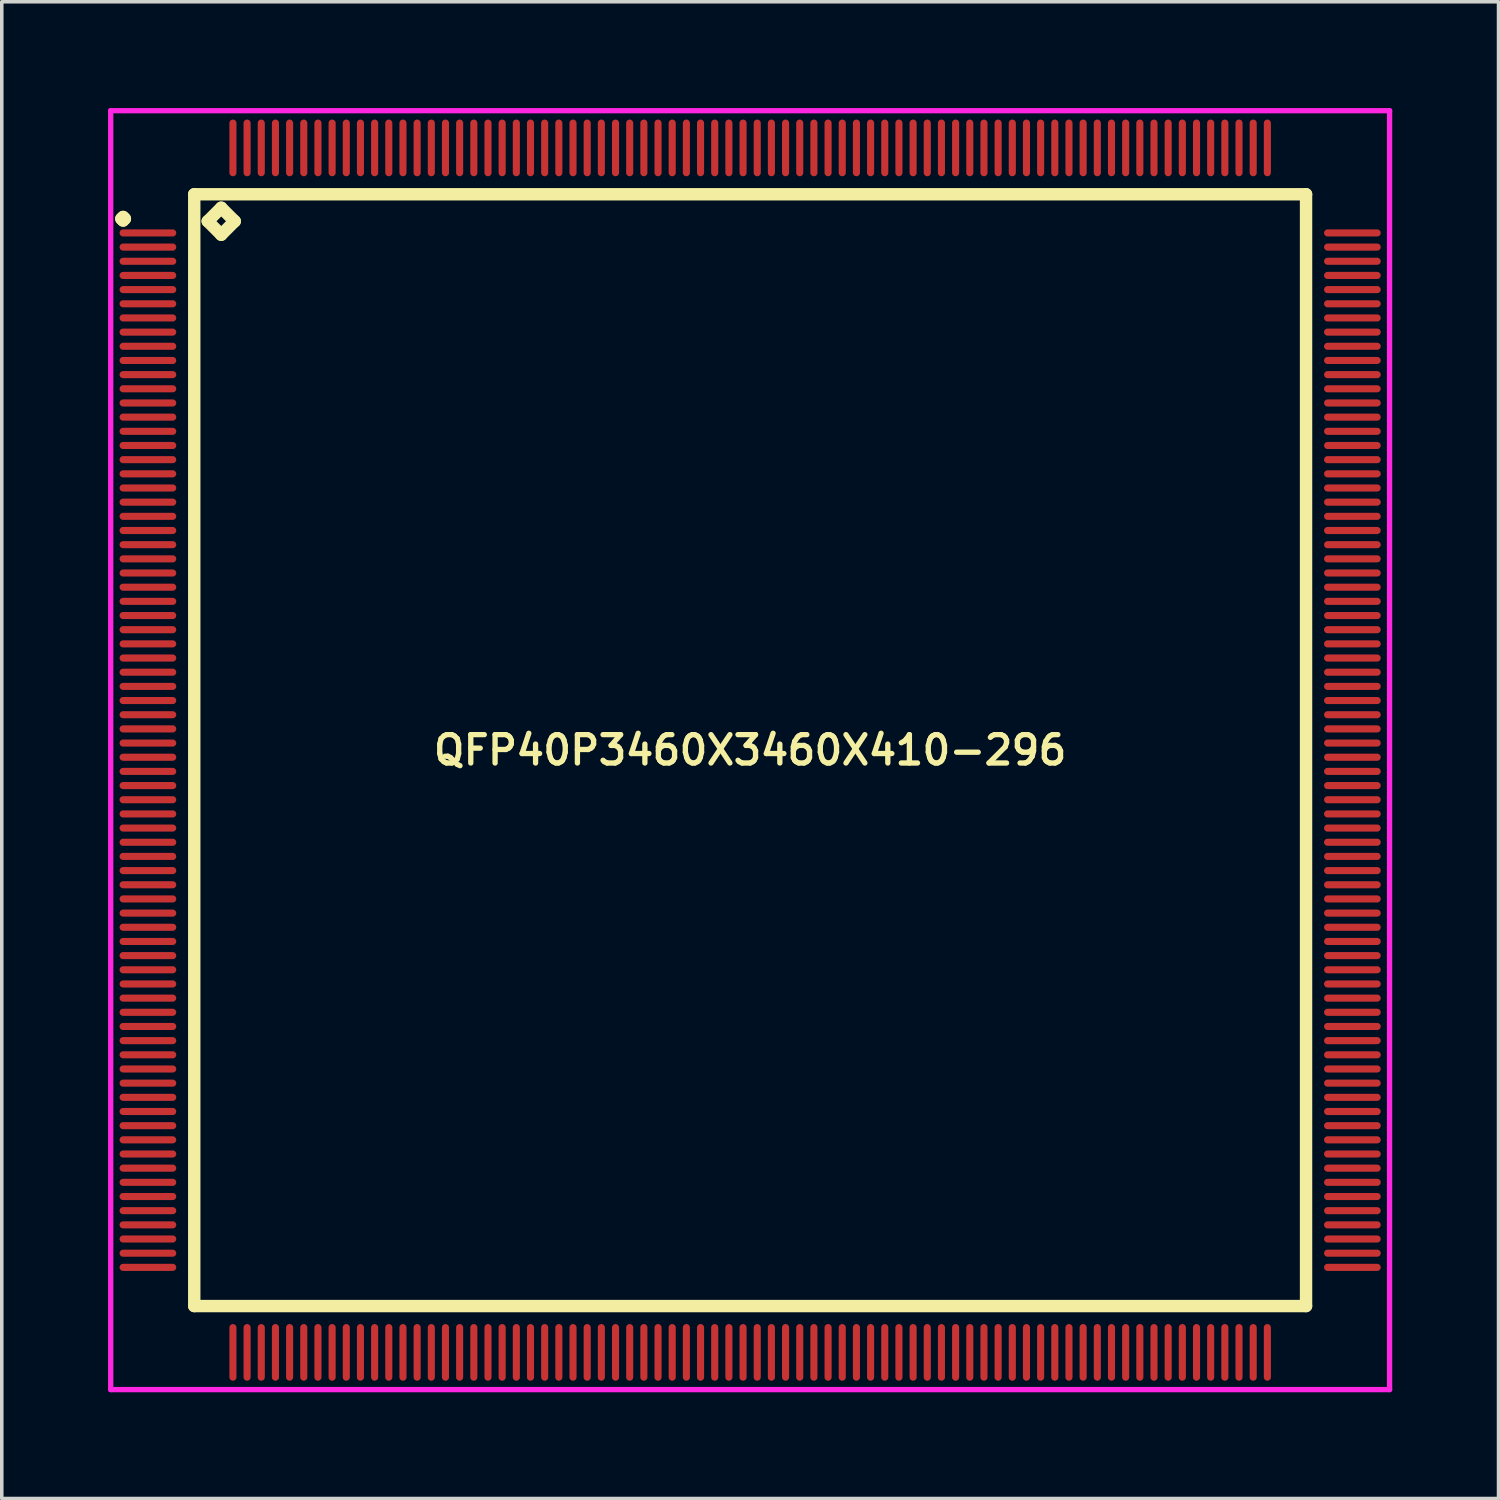
<source format=kicad_pcb>
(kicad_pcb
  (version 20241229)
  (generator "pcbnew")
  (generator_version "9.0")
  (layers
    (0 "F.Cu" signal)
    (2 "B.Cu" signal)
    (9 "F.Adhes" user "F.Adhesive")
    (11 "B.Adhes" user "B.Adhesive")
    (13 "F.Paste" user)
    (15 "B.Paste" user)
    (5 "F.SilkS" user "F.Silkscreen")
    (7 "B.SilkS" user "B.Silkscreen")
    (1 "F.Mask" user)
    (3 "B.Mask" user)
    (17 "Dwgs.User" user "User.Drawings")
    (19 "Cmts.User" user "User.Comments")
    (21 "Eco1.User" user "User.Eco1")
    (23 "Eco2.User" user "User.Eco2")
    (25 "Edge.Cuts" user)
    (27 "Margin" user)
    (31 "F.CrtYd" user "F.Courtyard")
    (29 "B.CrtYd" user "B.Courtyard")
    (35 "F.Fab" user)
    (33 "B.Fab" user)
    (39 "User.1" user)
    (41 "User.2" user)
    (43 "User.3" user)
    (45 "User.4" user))
  (footprint "QFP40P3460X3460X410-296"
    (layer "F.Cu")
    (at 18.125 18.125)
    (property "Reference" "QFP40P3460X3460X410-296" (at 0 0 0) (layer "F.SilkS") (effects (font (size 0.8 0.8) (thickness 0.15))))
    (attr smd)
    (fp_line (start -17.75 -15) (end -17.7 -15.05) (stroke (width 0.35) (type solid)) (layer "F.SilkS"))
    (fp_line (start -17.7 -15.05) (end -17.65 -15) (stroke (width 0.35) (type solid)) (layer "F.SilkS"))
    (fp_line (start -17.7 -14.95) (end -17.75 -15) (stroke (width 0.35) (type solid)) (layer "F.SilkS"))
    (fp_line (start -17.65 -15) (end -17.7 -14.95) (stroke (width 0.35) (type solid)) (layer "F.SilkS"))
    (fp_line (start -15.692 -15.692) (end -15.692 15.692) (stroke (width 0.35) (type solid)) (layer "F.SilkS"))
    (fp_line (start -15.692 15.692) (end 15.692 15.692) (stroke (width 0.35) (type solid)) (layer "F.SilkS"))
    (fp_line (start -15.311 -14.93) (end -14.93 -15.311) (stroke (width 0.35) (type solid)) (layer "F.SilkS"))
    (fp_line (start -14.93 -15.311) (end -14.549 -14.93) (stroke (width 0.35) (type solid)) (layer "F.SilkS"))
    (fp_line (start -14.93 -14.549) (end -15.311 -14.93) (stroke (width 0.35) (type solid)) (layer "F.SilkS"))
    (fp_line (start -14.549 -14.93) (end -14.93 -14.549) (stroke (width 0.35) (type solid)) (layer "F.SilkS"))
    (fp_line (start 15.692 -15.692) (end -15.692 -15.692) (stroke (width 0.35) (type solid)) (layer "F.SilkS"))
    (fp_line (start 15.692 15.692) (end 15.692 -15.692) (stroke (width 0.35) (type solid)) (layer "F.SilkS"))
    (fp_line (start -18.05 -18.05) (end 18.05 -18.05) (stroke (width 0.15) (type solid)) (layer "F.CrtYd"))
    (fp_line (start -18.05 18.05) (end -18.05 -18.05) (stroke (width 0.15) (type solid)) (layer "F.CrtYd"))
    (fp_line (start 18.05 -18.05) (end 18.05 18.05) (stroke (width 0.15) (type solid)) (layer "F.CrtYd"))
    (fp_line (start 18.05 18.05) (end -18.05 18.05) (stroke (width 0.15) (type solid)) (layer "F.CrtYd"))
    (pad "1" smd oval (at -17 -14.6) (size 1.6 0.2) (layers "F.Cu" "F.Mask" "F.Paste"))
    (pad "2" smd oval (at -17 -14.2) (size 1.6 0.2) (layers "F.Cu" "F.Mask" "F.Paste"))
    (pad "3" smd oval (at -17 -13.8) (size 1.6 0.2) (layers "F.Cu" "F.Mask" "F.Paste"))
    (pad "4" smd oval (at -17 -13.4) (size 1.6 0.2) (layers "F.Cu" "F.Mask" "F.Paste"))
    (pad "5" smd oval (at -17 -13) (size 1.6 0.2) (layers "F.Cu" "F.Mask" "F.Paste"))
    (pad "6" smd oval (at -17 -12.6) (size 1.6 0.2) (layers "F.Cu" "F.Mask" "F.Paste"))
    (pad "7" smd oval (at -17 -12.2) (size 1.6 0.2) (layers "F.Cu" "F.Mask" "F.Paste"))
    (pad "8" smd oval (at -17 -11.8) (size 1.6 0.2) (layers "F.Cu" "F.Mask" "F.Paste"))
    (pad "9" smd oval (at -17 -11.4) (size 1.6 0.2) (layers "F.Cu" "F.Mask" "F.Paste"))
    (pad "10" smd oval (at -17 -11) (size 1.6 0.2) (layers "F.Cu" "F.Mask" "F.Paste"))
    (pad "11" smd oval (at -17 -10.6) (size 1.6 0.2) (layers "F.Cu" "F.Mask" "F.Paste"))
    (pad "12" smd oval (at -17 -10.2) (size 1.6 0.2) (layers "F.Cu" "F.Mask" "F.Paste"))
    (pad "13" smd oval (at -17 -9.8) (size 1.6 0.2) (layers "F.Cu" "F.Mask" "F.Paste"))
    (pad "14" smd oval (at -17 -9.4) (size 1.6 0.2) (layers "F.Cu" "F.Mask" "F.Paste"))
    (pad "15" smd oval (at -17 -9) (size 1.6 0.2) (layers "F.Cu" "F.Mask" "F.Paste"))
    (pad "16" smd oval (at -17 -8.6) (size 1.6 0.2) (layers "F.Cu" "F.Mask" "F.Paste"))
    (pad "17" smd oval (at -17 -8.2) (size 1.6 0.2) (layers "F.Cu" "F.Mask" "F.Paste"))
    (pad "18" smd oval (at -17 -7.8) (size 1.6 0.2) (layers "F.Cu" "F.Mask" "F.Paste"))
    (pad "19" smd oval (at -17 -7.4) (size 1.6 0.2) (layers "F.Cu" "F.Mask" "F.Paste"))
    (pad "20" smd oval (at -17 -7) (size 1.6 0.2) (layers "F.Cu" "F.Mask" "F.Paste"))
    (pad "21" smd oval (at -17 -6.6) (size 1.6 0.2) (layers "F.Cu" "F.Mask" "F.Paste"))
    (pad "22" smd oval (at -17 -6.2) (size 1.6 0.2) (layers "F.Cu" "F.Mask" "F.Paste"))
    (pad "23" smd oval (at -17 -5.8) (size 1.6 0.2) (layers "F.Cu" "F.Mask" "F.Paste"))
    (pad "24" smd oval (at -17 -5.4) (size 1.6 0.2) (layers "F.Cu" "F.Mask" "F.Paste"))
    (pad "25" smd oval (at -17 -5) (size 1.6 0.2) (layers "F.Cu" "F.Mask" "F.Paste"))
    (pad "26" smd oval (at -17 -4.6) (size 1.6 0.2) (layers "F.Cu" "F.Mask" "F.Paste"))
    (pad "27" smd oval (at -17 -4.2) (size 1.6 0.2) (layers "F.Cu" "F.Mask" "F.Paste"))
    (pad "28" smd oval (at -17 -3.8) (size 1.6 0.2) (layers "F.Cu" "F.Mask" "F.Paste"))
    (pad "29" smd oval (at -17 -3.4) (size 1.6 0.2) (layers "F.Cu" "F.Mask" "F.Paste"))
    (pad "30" smd oval (at -17 -3) (size 1.6 0.2) (layers "F.Cu" "F.Mask" "F.Paste"))
    (pad "31" smd oval (at -17 -2.6) (size 1.6 0.2) (layers "F.Cu" "F.Mask" "F.Paste"))
    (pad "32" smd oval (at -17 -2.2) (size 1.6 0.2) (layers "F.Cu" "F.Mask" "F.Paste"))
    (pad "33" smd oval (at -17 -1.8) (size 1.6 0.2) (layers "F.Cu" "F.Mask" "F.Paste"))
    (pad "34" smd oval (at -17 -1.4) (size 1.6 0.2) (layers "F.Cu" "F.Mask" "F.Paste"))
    (pad "35" smd oval (at -17 -1) (size 1.6 0.2) (layers "F.Cu" "F.Mask" "F.Paste"))
    (pad "36" smd oval (at -17 -0.6) (size 1.6 0.2) (layers "F.Cu" "F.Mask" "F.Paste"))
    (pad "37" smd oval (at -17 -0.2) (size 1.6 0.2) (layers "F.Cu" "F.Mask" "F.Paste"))
    (pad "38" smd oval (at -17 0.2) (size 1.6 0.2) (layers "F.Cu" "F.Mask" "F.Paste"))
    (pad "39" smd oval (at -17 0.6) (size 1.6 0.2) (layers "F.Cu" "F.Mask" "F.Paste"))
    (pad "40" smd oval (at -17 1) (size 1.6 0.2) (layers "F.Cu" "F.Mask" "F.Paste"))
    (pad "41" smd oval (at -17 1.4) (size 1.6 0.2) (layers "F.Cu" "F.Mask" "F.Paste"))
    (pad "42" smd oval (at -17 1.8) (size 1.6 0.2) (layers "F.Cu" "F.Mask" "F.Paste"))
    (pad "43" smd oval (at -17 2.2) (size 1.6 0.2) (layers "F.Cu" "F.Mask" "F.Paste"))
    (pad "44" smd oval (at -17 2.6) (size 1.6 0.2) (layers "F.Cu" "F.Mask" "F.Paste"))
    (pad "45" smd oval (at -17 3) (size 1.6 0.2) (layers "F.Cu" "F.Mask" "F.Paste"))
    (pad "46" smd oval (at -17 3.4) (size 1.6 0.2) (layers "F.Cu" "F.Mask" "F.Paste"))
    (pad "47" smd oval (at -17 3.8) (size 1.6 0.2) (layers "F.Cu" "F.Mask" "F.Paste"))
    (pad "48" smd oval (at -17 4.2) (size 1.6 0.2) (layers "F.Cu" "F.Mask" "F.Paste"))
    (pad "49" smd oval (at -17 4.6) (size 1.6 0.2) (layers "F.Cu" "F.Mask" "F.Paste"))
    (pad "50" smd oval (at -17 5) (size 1.6 0.2) (layers "F.Cu" "F.Mask" "F.Paste"))
    (pad "51" smd oval (at -17 5.4) (size 1.6 0.2) (layers "F.Cu" "F.Mask" "F.Paste"))
    (pad "52" smd oval (at -17 5.8) (size 1.6 0.2) (layers "F.Cu" "F.Mask" "F.Paste"))
    (pad "53" smd oval (at -17 6.2) (size 1.6 0.2) (layers "F.Cu" "F.Mask" "F.Paste"))
    (pad "54" smd oval (at -17 6.6) (size 1.6 0.2) (layers "F.Cu" "F.Mask" "F.Paste"))
    (pad "55" smd oval (at -17 7) (size 1.6 0.2) (layers "F.Cu" "F.Mask" "F.Paste"))
    (pad "56" smd oval (at -17 7.4) (size 1.6 0.2) (layers "F.Cu" "F.Mask" "F.Paste"))
    (pad "57" smd oval (at -17 7.8) (size 1.6 0.2) (layers "F.Cu" "F.Mask" "F.Paste"))
    (pad "58" smd oval (at -17 8.2) (size 1.6 0.2) (layers "F.Cu" "F.Mask" "F.Paste"))
    (pad "59" smd oval (at -17 8.6) (size 1.6 0.2) (layers "F.Cu" "F.Mask" "F.Paste"))
    (pad "60" smd oval (at -17 9) (size 1.6 0.2) (layers "F.Cu" "F.Mask" "F.Paste"))
    (pad "61" smd oval (at -17 9.4) (size 1.6 0.2) (layers "F.Cu" "F.Mask" "F.Paste"))
    (pad "62" smd oval (at -17 9.8) (size 1.6 0.2) (layers "F.Cu" "F.Mask" "F.Paste"))
    (pad "63" smd oval (at -17 10.2) (size 1.6 0.2) (layers "F.Cu" "F.Mask" "F.Paste"))
    (pad "64" smd oval (at -17 10.6) (size 1.6 0.2) (layers "F.Cu" "F.Mask" "F.Paste"))
    (pad "65" smd oval (at -17 11) (size 1.6 0.2) (layers "F.Cu" "F.Mask" "F.Paste"))
    (pad "66" smd oval (at -17 11.4) (size 1.6 0.2) (layers "F.Cu" "F.Mask" "F.Paste"))
    (pad "67" smd oval (at -17 11.8) (size 1.6 0.2) (layers "F.Cu" "F.Mask" "F.Paste"))
    (pad "68" smd oval (at -17 12.2) (size 1.6 0.2) (layers "F.Cu" "F.Mask" "F.Paste"))
    (pad "69" smd oval (at -17 12.6) (size 1.6 0.2) (layers "F.Cu" "F.Mask" "F.Paste"))
    (pad "70" smd oval (at -17 13) (size 1.6 0.2) (layers "F.Cu" "F.Mask" "F.Paste"))
    (pad "71" smd oval (at -17 13.4) (size 1.6 0.2) (layers "F.Cu" "F.Mask" "F.Paste"))
    (pad "72" smd oval (at -17 13.8) (size 1.6 0.2) (layers "F.Cu" "F.Mask" "F.Paste"))
    (pad "73" smd oval (at -17 14.2) (size 1.6 0.2) (layers "F.Cu" "F.Mask" "F.Paste"))
    (pad "74" smd oval (at -17 14.6) (size 1.6 0.2) (layers "F.Cu" "F.Mask" "F.Paste"))
    (pad "75" smd oval (at -14.6 17) (size 0.2 1.6) (layers "F.Cu" "F.Mask" "F.Paste"))
    (pad "76" smd oval (at -14.2 17) (size 0.2 1.6) (layers "F.Cu" "F.Mask" "F.Paste"))
    (pad "77" smd oval (at -13.8 17) (size 0.2 1.6) (layers "F.Cu" "F.Mask" "F.Paste"))
    (pad "78" smd oval (at -13.4 17) (size 0.2 1.6) (layers "F.Cu" "F.Mask" "F.Paste"))
    (pad "79" smd oval (at -13 17) (size 0.2 1.6) (layers "F.Cu" "F.Mask" "F.Paste"))
    (pad "80" smd oval (at -12.6 17) (size 0.2 1.6) (layers "F.Cu" "F.Mask" "F.Paste"))
    (pad "81" smd oval (at -12.2 17) (size 0.2 1.6) (layers "F.Cu" "F.Mask" "F.Paste"))
    (pad "82" smd oval (at -11.8 17) (size 0.2 1.6) (layers "F.Cu" "F.Mask" "F.Paste"))
    (pad "83" smd oval (at -11.4 17) (size 0.2 1.6) (layers "F.Cu" "F.Mask" "F.Paste"))
    (pad "84" smd oval (at -11 17) (size 0.2 1.6) (layers "F.Cu" "F.Mask" "F.Paste"))
    (pad "85" smd oval (at -10.6 17) (size 0.2 1.6) (layers "F.Cu" "F.Mask" "F.Paste"))
    (pad "86" smd oval (at -10.2 17) (size 0.2 1.6) (layers "F.Cu" "F.Mask" "F.Paste"))
    (pad "87" smd oval (at -9.8 17) (size 0.2 1.6) (layers "F.Cu" "F.Mask" "F.Paste"))
    (pad "88" smd oval (at -9.4 17) (size 0.2 1.6) (layers "F.Cu" "F.Mask" "F.Paste"))
    (pad "89" smd oval (at -9 17) (size 0.2 1.6) (layers "F.Cu" "F.Mask" "F.Paste"))
    (pad "90" smd oval (at -8.6 17) (size 0.2 1.6) (layers "F.Cu" "F.Mask" "F.Paste"))
    (pad "91" smd oval (at -8.2 17) (size 0.2 1.6) (layers "F.Cu" "F.Mask" "F.Paste"))
    (pad "92" smd oval (at -7.8 17) (size 0.2 1.6) (layers "F.Cu" "F.Mask" "F.Paste"))
    (pad "93" smd oval (at -7.4 17) (size 0.2 1.6) (layers "F.Cu" "F.Mask" "F.Paste"))
    (pad "94" smd oval (at -7 17) (size 0.2 1.6) (layers "F.Cu" "F.Mask" "F.Paste"))
    (pad "95" smd oval (at -6.6 17) (size 0.2 1.6) (layers "F.Cu" "F.Mask" "F.Paste"))
    (pad "96" smd oval (at -6.2 17) (size 0.2 1.6) (layers "F.Cu" "F.Mask" "F.Paste"))
    (pad "97" smd oval (at -5.8 17) (size 0.2 1.6) (layers "F.Cu" "F.Mask" "F.Paste"))
    (pad "98" smd oval (at -5.4 17) (size 0.2 1.6) (layers "F.Cu" "F.Mask" "F.Paste"))
    (pad "99" smd oval (at -5 17) (size 0.2 1.6) (layers "F.Cu" "F.Mask" "F.Paste"))
    (pad "100" smd oval (at -4.6 17) (size 0.2 1.6) (layers "F.Cu" "F.Mask" "F.Paste"))
    (pad "101" smd oval (at -4.2 17) (size 0.2 1.6) (layers "F.Cu" "F.Mask" "F.Paste"))
    (pad "102" smd oval (at -3.8 17) (size 0.2 1.6) (layers "F.Cu" "F.Mask" "F.Paste"))
    (pad "103" smd oval (at -3.4 17) (size 0.2 1.6) (layers "F.Cu" "F.Mask" "F.Paste"))
    (pad "104" smd oval (at -3 17) (size 0.2 1.6) (layers "F.Cu" "F.Mask" "F.Paste"))
    (pad "105" smd oval (at -2.6 17) (size 0.2 1.6) (layers "F.Cu" "F.Mask" "F.Paste"))
    (pad "106" smd oval (at -2.2 17) (size 0.2 1.6) (layers "F.Cu" "F.Mask" "F.Paste"))
    (pad "107" smd oval (at -1.8 17) (size 0.2 1.6) (layers "F.Cu" "F.Mask" "F.Paste"))
    (pad "108" smd oval (at -1.4 17) (size 0.2 1.6) (layers "F.Cu" "F.Mask" "F.Paste"))
    (pad "109" smd oval (at -1 17) (size 0.2 1.6) (layers "F.Cu" "F.Mask" "F.Paste"))
    (pad "110" smd oval (at -0.6 17) (size 0.2 1.6) (layers "F.Cu" "F.Mask" "F.Paste"))
    (pad "111" smd oval (at -0.2 17) (size 0.2 1.6) (layers "F.Cu" "F.Mask" "F.Paste"))
    (pad "112" smd oval (at 0.2 17) (size 0.2 1.6) (layers "F.Cu" "F.Mask" "F.Paste"))
    (pad "113" smd oval (at 0.6 17) (size 0.2 1.6) (layers "F.Cu" "F.Mask" "F.Paste"))
    (pad "114" smd oval (at 1 17) (size 0.2 1.6) (layers "F.Cu" "F.Mask" "F.Paste"))
    (pad "115" smd oval (at 1.4 17) (size 0.2 1.6) (layers "F.Cu" "F.Mask" "F.Paste"))
    (pad "116" smd oval (at 1.8 17) (size 0.2 1.6) (layers "F.Cu" "F.Mask" "F.Paste"))
    (pad "117" smd oval (at 2.2 17) (size 0.2 1.6) (layers "F.Cu" "F.Mask" "F.Paste"))
    (pad "118" smd oval (at 2.6 17) (size 0.2 1.6) (layers "F.Cu" "F.Mask" "F.Paste"))
    (pad "119" smd oval (at 3 17) (size 0.2 1.6) (layers "F.Cu" "F.Mask" "F.Paste"))
    (pad "120" smd oval (at 3.4 17) (size 0.2 1.6) (layers "F.Cu" "F.Mask" "F.Paste"))
    (pad "121" smd oval (at 3.8 17) (size 0.2 1.6) (layers "F.Cu" "F.Mask" "F.Paste"))
    (pad "122" smd oval (at 4.2 17) (size 0.2 1.6) (layers "F.Cu" "F.Mask" "F.Paste"))
    (pad "123" smd oval (at 4.6 17) (size 0.2 1.6) (layers "F.Cu" "F.Mask" "F.Paste"))
    (pad "124" smd oval (at 5 17) (size 0.2 1.6) (layers "F.Cu" "F.Mask" "F.Paste"))
    (pad "125" smd oval (at 5.4 17) (size 0.2 1.6) (layers "F.Cu" "F.Mask" "F.Paste"))
    (pad "126" smd oval (at 5.8 17) (size 0.2 1.6) (layers "F.Cu" "F.Mask" "F.Paste"))
    (pad "127" smd oval (at 6.2 17) (size 0.2 1.6) (layers "F.Cu" "F.Mask" "F.Paste"))
    (pad "128" smd oval (at 6.6 17) (size 0.2 1.6) (layers "F.Cu" "F.Mask" "F.Paste"))
    (pad "129" smd oval (at 7 17) (size 0.2 1.6) (layers "F.Cu" "F.Mask" "F.Paste"))
    (pad "130" smd oval (at 7.4 17) (size 0.2 1.6) (layers "F.Cu" "F.Mask" "F.Paste"))
    (pad "131" smd oval (at 7.8 17) (size 0.2 1.6) (layers "F.Cu" "F.Mask" "F.Paste"))
    (pad "132" smd oval (at 8.2 17) (size 0.2 1.6) (layers "F.Cu" "F.Mask" "F.Paste"))
    (pad "133" smd oval (at 8.6 17) (size 0.2 1.6) (layers "F.Cu" "F.Mask" "F.Paste"))
    (pad "134" smd oval (at 9 17) (size 0.2 1.6) (layers "F.Cu" "F.Mask" "F.Paste"))
    (pad "135" smd oval (at 9.4 17) (size 0.2 1.6) (layers "F.Cu" "F.Mask" "F.Paste"))
    (pad "136" smd oval (at 9.8 17) (size 0.2 1.6) (layers "F.Cu" "F.Mask" "F.Paste"))
    (pad "137" smd oval (at 10.2 17) (size 0.2 1.6) (layers "F.Cu" "F.Mask" "F.Paste"))
    (pad "138" smd oval (at 10.6 17) (size 0.2 1.6) (layers "F.Cu" "F.Mask" "F.Paste"))
    (pad "139" smd oval (at 11 17) (size 0.2 1.6) (layers "F.Cu" "F.Mask" "F.Paste"))
    (pad "140" smd oval (at 11.4 17) (size 0.2 1.6) (layers "F.Cu" "F.Mask" "F.Paste"))
    (pad "141" smd oval (at 11.8 17) (size 0.2 1.6) (layers "F.Cu" "F.Mask" "F.Paste"))
    (pad "142" smd oval (at 12.2 17) (size 0.2 1.6) (layers "F.Cu" "F.Mask" "F.Paste"))
    (pad "143" smd oval (at 12.6 17) (size 0.2 1.6) (layers "F.Cu" "F.Mask" "F.Paste"))
    (pad "144" smd oval (at 13 17) (size 0.2 1.6) (layers "F.Cu" "F.Mask" "F.Paste"))
    (pad "145" smd oval (at 13.4 17) (size 0.2 1.6) (layers "F.Cu" "F.Mask" "F.Paste"))
    (pad "146" smd oval (at 13.8 17) (size 0.2 1.6) (layers "F.Cu" "F.Mask" "F.Paste"))
    (pad "147" smd oval (at 14.2 17) (size 0.2 1.6) (layers "F.Cu" "F.Mask" "F.Paste"))
    (pad "148" smd oval (at 14.6 17) (size 0.2 1.6) (layers "F.Cu" "F.Mask" "F.Paste"))
    (pad "149" smd oval (at 17 14.6) (size 1.6 0.2) (layers "F.Cu" "F.Mask" "F.Paste"))
    (pad "150" smd oval (at 17 14.2) (size 1.6 0.2) (layers "F.Cu" "F.Mask" "F.Paste"))
    (pad "151" smd oval (at 17 13.8) (size 1.6 0.2) (layers "F.Cu" "F.Mask" "F.Paste"))
    (pad "152" smd oval (at 17 13.4) (size 1.6 0.2) (layers "F.Cu" "F.Mask" "F.Paste"))
    (pad "153" smd oval (at 17 13) (size 1.6 0.2) (layers "F.Cu" "F.Mask" "F.Paste"))
    (pad "154" smd oval (at 17 12.6) (size 1.6 0.2) (layers "F.Cu" "F.Mask" "F.Paste"))
    (pad "155" smd oval (at 17 12.2) (size 1.6 0.2) (layers "F.Cu" "F.Mask" "F.Paste"))
    (pad "156" smd oval (at 17 11.8) (size 1.6 0.2) (layers "F.Cu" "F.Mask" "F.Paste"))
    (pad "157" smd oval (at 17 11.4) (size 1.6 0.2) (layers "F.Cu" "F.Mask" "F.Paste"))
    (pad "158" smd oval (at 17 11) (size 1.6 0.2) (layers "F.Cu" "F.Mask" "F.Paste"))
    (pad "159" smd oval (at 17 10.6) (size 1.6 0.2) (layers "F.Cu" "F.Mask" "F.Paste"))
    (pad "160" smd oval (at 17 10.2) (size 1.6 0.2) (layers "F.Cu" "F.Mask" "F.Paste"))
    (pad "161" smd oval (at 17 9.8) (size 1.6 0.2) (layers "F.Cu" "F.Mask" "F.Paste"))
    (pad "162" smd oval (at 17 9.4) (size 1.6 0.2) (layers "F.Cu" "F.Mask" "F.Paste"))
    (pad "163" smd oval (at 17 9) (size 1.6 0.2) (layers "F.Cu" "F.Mask" "F.Paste"))
    (pad "164" smd oval (at 17 8.6) (size 1.6 0.2) (layers "F.Cu" "F.Mask" "F.Paste"))
    (pad "165" smd oval (at 17 8.2) (size 1.6 0.2) (layers "F.Cu" "F.Mask" "F.Paste"))
    (pad "166" smd oval (at 17 7.8) (size 1.6 0.2) (layers "F.Cu" "F.Mask" "F.Paste"))
    (pad "167" smd oval (at 17 7.4) (size 1.6 0.2) (layers "F.Cu" "F.Mask" "F.Paste"))
    (pad "168" smd oval (at 17 7) (size 1.6 0.2) (layers "F.Cu" "F.Mask" "F.Paste"))
    (pad "169" smd oval (at 17 6.6) (size 1.6 0.2) (layers "F.Cu" "F.Mask" "F.Paste"))
    (pad "170" smd oval (at 17 6.2) (size 1.6 0.2) (layers "F.Cu" "F.Mask" "F.Paste"))
    (pad "171" smd oval (at 17 5.8) (size 1.6 0.2) (layers "F.Cu" "F.Mask" "F.Paste"))
    (pad "172" smd oval (at 17 5.4) (size 1.6 0.2) (layers "F.Cu" "F.Mask" "F.Paste"))
    (pad "173" smd oval (at 17 5) (size 1.6 0.2) (layers "F.Cu" "F.Mask" "F.Paste"))
    (pad "174" smd oval (at 17 4.6) (size 1.6 0.2) (layers "F.Cu" "F.Mask" "F.Paste"))
    (pad "175" smd oval (at 17 4.2) (size 1.6 0.2) (layers "F.Cu" "F.Mask" "F.Paste"))
    (pad "176" smd oval (at 17 3.8) (size 1.6 0.2) (layers "F.Cu" "F.Mask" "F.Paste"))
    (pad "177" smd oval (at 17 3.4) (size 1.6 0.2) (layers "F.Cu" "F.Mask" "F.Paste"))
    (pad "178" smd oval (at 17 3) (size 1.6 0.2) (layers "F.Cu" "F.Mask" "F.Paste"))
    (pad "179" smd oval (at 17 2.6) (size 1.6 0.2) (layers "F.Cu" "F.Mask" "F.Paste"))
    (pad "180" smd oval (at 17 2.2) (size 1.6 0.2) (layers "F.Cu" "F.Mask" "F.Paste"))
    (pad "181" smd oval (at 17 1.8) (size 1.6 0.2) (layers "F.Cu" "F.Mask" "F.Paste"))
    (pad "182" smd oval (at 17 1.4) (size 1.6 0.2) (layers "F.Cu" "F.Mask" "F.Paste"))
    (pad "183" smd oval (at 17 1) (size 1.6 0.2) (layers "F.Cu" "F.Mask" "F.Paste"))
    (pad "184" smd oval (at 17 0.6) (size 1.6 0.2) (layers "F.Cu" "F.Mask" "F.Paste"))
    (pad "185" smd oval (at 17 0.2) (size 1.6 0.2) (layers "F.Cu" "F.Mask" "F.Paste"))
    (pad "186" smd oval (at 17 -0.2) (size 1.6 0.2) (layers "F.Cu" "F.Mask" "F.Paste"))
    (pad "187" smd oval (at 17 -0.6) (size 1.6 0.2) (layers "F.Cu" "F.Mask" "F.Paste"))
    (pad "188" smd oval (at 17 -1) (size 1.6 0.2) (layers "F.Cu" "F.Mask" "F.Paste"))
    (pad "189" smd oval (at 17 -1.4) (size 1.6 0.2) (layers "F.Cu" "F.Mask" "F.Paste"))
    (pad "190" smd oval (at 17 -1.8) (size 1.6 0.2) (layers "F.Cu" "F.Mask" "F.Paste"))
    (pad "191" smd oval (at 17 -2.2) (size 1.6 0.2) (layers "F.Cu" "F.Mask" "F.Paste"))
    (pad "192" smd oval (at 17 -2.6) (size 1.6 0.2) (layers "F.Cu" "F.Mask" "F.Paste"))
    (pad "193" smd oval (at 17 -3) (size 1.6 0.2) (layers "F.Cu" "F.Mask" "F.Paste"))
    (pad "194" smd oval (at 17 -3.4) (size 1.6 0.2) (layers "F.Cu" "F.Mask" "F.Paste"))
    (pad "195" smd oval (at 17 -3.8) (size 1.6 0.2) (layers "F.Cu" "F.Mask" "F.Paste"))
    (pad "196" smd oval (at 17 -4.2) (size 1.6 0.2) (layers "F.Cu" "F.Mask" "F.Paste"))
    (pad "197" smd oval (at 17 -4.6) (size 1.6 0.2) (layers "F.Cu" "F.Mask" "F.Paste"))
    (pad "198" smd oval (at 17 -5) (size 1.6 0.2) (layers "F.Cu" "F.Mask" "F.Paste"))
    (pad "199" smd oval (at 17 -5.4) (size 1.6 0.2) (layers "F.Cu" "F.Mask" "F.Paste"))
    (pad "200" smd oval (at 17 -5.8) (size 1.6 0.2) (layers "F.Cu" "F.Mask" "F.Paste"))
    (pad "201" smd oval (at 17 -6.2) (size 1.6 0.2) (layers "F.Cu" "F.Mask" "F.Paste"))
    (pad "202" smd oval (at 17 -6.6) (size 1.6 0.2) (layers "F.Cu" "F.Mask" "F.Paste"))
    (pad "203" smd oval (at 17 -7) (size 1.6 0.2) (layers "F.Cu" "F.Mask" "F.Paste"))
    (pad "204" smd oval (at 17 -7.4) (size 1.6 0.2) (layers "F.Cu" "F.Mask" "F.Paste"))
    (pad "205" smd oval (at 17 -7.8) (size 1.6 0.2) (layers "F.Cu" "F.Mask" "F.Paste"))
    (pad "206" smd oval (at 17 -8.2) (size 1.6 0.2) (layers "F.Cu" "F.Mask" "F.Paste"))
    (pad "207" smd oval (at 17 -8.6) (size 1.6 0.2) (layers "F.Cu" "F.Mask" "F.Paste"))
    (pad "208" smd oval (at 17 -9) (size 1.6 0.2) (layers "F.Cu" "F.Mask" "F.Paste"))
    (pad "209" smd oval (at 17 -9.4) (size 1.6 0.2) (layers "F.Cu" "F.Mask" "F.Paste"))
    (pad "210" smd oval (at 17 -9.8) (size 1.6 0.2) (layers "F.Cu" "F.Mask" "F.Paste"))
    (pad "211" smd oval (at 17 -10.2) (size 1.6 0.2) (layers "F.Cu" "F.Mask" "F.Paste"))
    (pad "212" smd oval (at 17 -10.6) (size 1.6 0.2) (layers "F.Cu" "F.Mask" "F.Paste"))
    (pad "213" smd oval (at 17 -11) (size 1.6 0.2) (layers "F.Cu" "F.Mask" "F.Paste"))
    (pad "214" smd oval (at 17 -11.4) (size 1.6 0.2) (layers "F.Cu" "F.Mask" "F.Paste"))
    (pad "215" smd oval (at 17 -11.8) (size 1.6 0.2) (layers "F.Cu" "F.Mask" "F.Paste"))
    (pad "216" smd oval (at 17 -12.2) (size 1.6 0.2) (layers "F.Cu" "F.Mask" "F.Paste"))
    (pad "217" smd oval (at 17 -12.6) (size 1.6 0.2) (layers "F.Cu" "F.Mask" "F.Paste"))
    (pad "218" smd oval (at 17 -13) (size 1.6 0.2) (layers "F.Cu" "F.Mask" "F.Paste"))
    (pad "219" smd oval (at 17 -13.4) (size 1.6 0.2) (layers "F.Cu" "F.Mask" "F.Paste"))
    (pad "220" smd oval (at 17 -13.8) (size 1.6 0.2) (layers "F.Cu" "F.Mask" "F.Paste"))
    (pad "221" smd oval (at 17 -14.2) (size 1.6 0.2) (layers "F.Cu" "F.Mask" "F.Paste"))
    (pad "222" smd oval (at 17 -14.6) (size 1.6 0.2) (layers "F.Cu" "F.Mask" "F.Paste"))
    (pad "223" smd oval (at 14.6 -17) (size 0.2 1.6) (layers "F.Cu" "F.Mask" "F.Paste"))
    (pad "224" smd oval (at 14.2 -17) (size 0.2 1.6) (layers "F.Cu" "F.Mask" "F.Paste"))
    (pad "225" smd oval (at 13.8 -17) (size 0.2 1.6) (layers "F.Cu" "F.Mask" "F.Paste"))
    (pad "226" smd oval (at 13.4 -17) (size 0.2 1.6) (layers "F.Cu" "F.Mask" "F.Paste"))
    (pad "227" smd oval (at 13 -17) (size 0.2 1.6) (layers "F.Cu" "F.Mask" "F.Paste"))
    (pad "228" smd oval (at 12.6 -17) (size 0.2 1.6) (layers "F.Cu" "F.Mask" "F.Paste"))
    (pad "229" smd oval (at 12.2 -17) (size 0.2 1.6) (layers "F.Cu" "F.Mask" "F.Paste"))
    (pad "230" smd oval (at 11.8 -17) (size 0.2 1.6) (layers "F.Cu" "F.Mask" "F.Paste"))
    (pad "231" smd oval (at 11.4 -17) (size 0.2 1.6) (layers "F.Cu" "F.Mask" "F.Paste"))
    (pad "232" smd oval (at 11 -17) (size 0.2 1.6) (layers "F.Cu" "F.Mask" "F.Paste"))
    (pad "233" smd oval (at 10.6 -17) (size 0.2 1.6) (layers "F.Cu" "F.Mask" "F.Paste"))
    (pad "234" smd oval (at 10.2 -17) (size 0.2 1.6) (layers "F.Cu" "F.Mask" "F.Paste"))
    (pad "235" smd oval (at 9.8 -17) (size 0.2 1.6) (layers "F.Cu" "F.Mask" "F.Paste"))
    (pad "236" smd oval (at 9.4 -17) (size 0.2 1.6) (layers "F.Cu" "F.Mask" "F.Paste"))
    (pad "237" smd oval (at 9 -17) (size 0.2 1.6) (layers "F.Cu" "F.Mask" "F.Paste"))
    (pad "238" smd oval (at 8.6 -17) (size 0.2 1.6) (layers "F.Cu" "F.Mask" "F.Paste"))
    (pad "239" smd oval (at 8.2 -17) (size 0.2 1.6) (layers "F.Cu" "F.Mask" "F.Paste"))
    (pad "240" smd oval (at 7.8 -17) (size 0.2 1.6) (layers "F.Cu" "F.Mask" "F.Paste"))
    (pad "241" smd oval (at 7.4 -17) (size 0.2 1.6) (layers "F.Cu" "F.Mask" "F.Paste"))
    (pad "242" smd oval (at 7 -17) (size 0.2 1.6) (layers "F.Cu" "F.Mask" "F.Paste"))
    (pad "243" smd oval (at 6.6 -17) (size 0.2 1.6) (layers "F.Cu" "F.Mask" "F.Paste"))
    (pad "244" smd oval (at 6.2 -17) (size 0.2 1.6) (layers "F.Cu" "F.Mask" "F.Paste"))
    (pad "245" smd oval (at 5.8 -17) (size 0.2 1.6) (layers "F.Cu" "F.Mask" "F.Paste"))
    (pad "246" smd oval (at 5.4 -17) (size 0.2 1.6) (layers "F.Cu" "F.Mask" "F.Paste"))
    (pad "247" smd oval (at 5 -17) (size 0.2 1.6) (layers "F.Cu" "F.Mask" "F.Paste"))
    (pad "248" smd oval (at 4.6 -17) (size 0.2 1.6) (layers "F.Cu" "F.Mask" "F.Paste"))
    (pad "249" smd oval (at 4.2 -17) (size 0.2 1.6) (layers "F.Cu" "F.Mask" "F.Paste"))
    (pad "250" smd oval (at 3.8 -17) (size 0.2 1.6) (layers "F.Cu" "F.Mask" "F.Paste"))
    (pad "251" smd oval (at 3.4 -17) (size 0.2 1.6) (layers "F.Cu" "F.Mask" "F.Paste"))
    (pad "252" smd oval (at 3 -17) (size 0.2 1.6) (layers "F.Cu" "F.Mask" "F.Paste"))
    (pad "253" smd oval (at 2.6 -17) (size 0.2 1.6) (layers "F.Cu" "F.Mask" "F.Paste"))
    (pad "254" smd oval (at 2.2 -17) (size 0.2 1.6) (layers "F.Cu" "F.Mask" "F.Paste"))
    (pad "255" smd oval (at 1.8 -17) (size 0.2 1.6) (layers "F.Cu" "F.Mask" "F.Paste"))
    (pad "256" smd oval (at 1.4 -17) (size 0.2 1.6) (layers "F.Cu" "F.Mask" "F.Paste"))
    (pad "257" smd oval (at 1 -17) (size 0.2 1.6) (layers "F.Cu" "F.Mask" "F.Paste"))
    (pad "258" smd oval (at 0.6 -17) (size 0.2 1.6) (layers "F.Cu" "F.Mask" "F.Paste"))
    (pad "259" smd oval (at 0.2 -17) (size 0.2 1.6) (layers "F.Cu" "F.Mask" "F.Paste"))
    (pad "260" smd oval (at -0.2 -17) (size 0.2 1.6) (layers "F.Cu" "F.Mask" "F.Paste"))
    (pad "261" smd oval (at -0.6 -17) (size 0.2 1.6) (layers "F.Cu" "F.Mask" "F.Paste"))
    (pad "262" smd oval (at -1 -17) (size 0.2 1.6) (layers "F.Cu" "F.Mask" "F.Paste"))
    (pad "263" smd oval (at -1.4 -17) (size 0.2 1.6) (layers "F.Cu" "F.Mask" "F.Paste"))
    (pad "264" smd oval (at -1.8 -17) (size 0.2 1.6) (layers "F.Cu" "F.Mask" "F.Paste"))
    (pad "265" smd oval (at -2.2 -17) (size 0.2 1.6) (layers "F.Cu" "F.Mask" "F.Paste"))
    (pad "266" smd oval (at -2.6 -17) (size 0.2 1.6) (layers "F.Cu" "F.Mask" "F.Paste"))
    (pad "267" smd oval (at -3 -17) (size 0.2 1.6) (layers "F.Cu" "F.Mask" "F.Paste"))
    (pad "268" smd oval (at -3.4 -17) (size 0.2 1.6) (layers "F.Cu" "F.Mask" "F.Paste"))
    (pad "269" smd oval (at -3.8 -17) (size 0.2 1.6) (layers "F.Cu" "F.Mask" "F.Paste"))
    (pad "270" smd oval (at -4.2 -17) (size 0.2 1.6) (layers "F.Cu" "F.Mask" "F.Paste"))
    (pad "271" smd oval (at -4.6 -17) (size 0.2 1.6) (layers "F.Cu" "F.Mask" "F.Paste"))
    (pad "272" smd oval (at -5 -17) (size 0.2 1.6) (layers "F.Cu" "F.Mask" "F.Paste"))
    (pad "273" smd oval (at -5.4 -17) (size 0.2 1.6) (layers "F.Cu" "F.Mask" "F.Paste"))
    (pad "274" smd oval (at -5.8 -17) (size 0.2 1.6) (layers "F.Cu" "F.Mask" "F.Paste"))
    (pad "275" smd oval (at -6.2 -17) (size 0.2 1.6) (layers "F.Cu" "F.Mask" "F.Paste"))
    (pad "276" smd oval (at -6.6 -17) (size 0.2 1.6) (layers "F.Cu" "F.Mask" "F.Paste"))
    (pad "277" smd oval (at -7 -17) (size 0.2 1.6) (layers "F.Cu" "F.Mask" "F.Paste"))
    (pad "278" smd oval (at -7.4 -17) (size 0.2 1.6) (layers "F.Cu" "F.Mask" "F.Paste"))
    (pad "279" smd oval (at -7.8 -17) (size 0.2 1.6) (layers "F.Cu" "F.Mask" "F.Paste"))
    (pad "280" smd oval (at -8.2 -17) (size 0.2 1.6) (layers "F.Cu" "F.Mask" "F.Paste"))
    (pad "281" smd oval (at -8.6 -17) (size 0.2 1.6) (layers "F.Cu" "F.Mask" "F.Paste"))
    (pad "282" smd oval (at -9 -17) (size 0.2 1.6) (layers "F.Cu" "F.Mask" "F.Paste"))
    (pad "283" smd oval (at -9.4 -17) (size 0.2 1.6) (layers "F.Cu" "F.Mask" "F.Paste"))
    (pad "284" smd oval (at -9.8 -17) (size 0.2 1.6) (layers "F.Cu" "F.Mask" "F.Paste"))
    (pad "285" smd oval (at -10.2 -17) (size 0.2 1.6) (layers "F.Cu" "F.Mask" "F.Paste"))
    (pad "286" smd oval (at -10.6 -17) (size 0.2 1.6) (layers "F.Cu" "F.Mask" "F.Paste"))
    (pad "287" smd oval (at -11 -17) (size 0.2 1.6) (layers "F.Cu" "F.Mask" "F.Paste"))
    (pad "288" smd oval (at -11.4 -17) (size 0.2 1.6) (layers "F.Cu" "F.Mask" "F.Paste"))
    (pad "289" smd oval (at -11.8 -17) (size 0.2 1.6) (layers "F.Cu" "F.Mask" "F.Paste"))
    (pad "290" smd oval (at -12.2 -17) (size 0.2 1.6) (layers "F.Cu" "F.Mask" "F.Paste"))
    (pad "291" smd oval (at -12.6 -17) (size 0.2 1.6) (layers "F.Cu" "F.Mask" "F.Paste"))
    (pad "292" smd oval (at -13 -17) (size 0.2 1.6) (layers "F.Cu" "F.Mask" "F.Paste"))
    (pad "293" smd oval (at -13.4 -17) (size 0.2 1.6) (layers "F.Cu" "F.Mask" "F.Paste"))
    (pad "294" smd oval (at -13.8 -17) (size 0.2 1.6) (layers "F.Cu" "F.Mask" "F.Paste"))
    (pad "295" smd oval (at -14.2 -17) (size 0.2 1.6) (layers "F.Cu" "F.Mask" "F.Paste"))
    (pad "296" smd oval (at -14.6 -17) (size 0.2 1.6) (layers "F.Cu" "F.Mask" "F.Paste")))
  (gr_rect
    (start -3 -3)
    (end 39.25 39.25)
    (stroke (width 0.1) (type default))
    (fill no)
    (layer "Edge.Cuts")))
</source>
